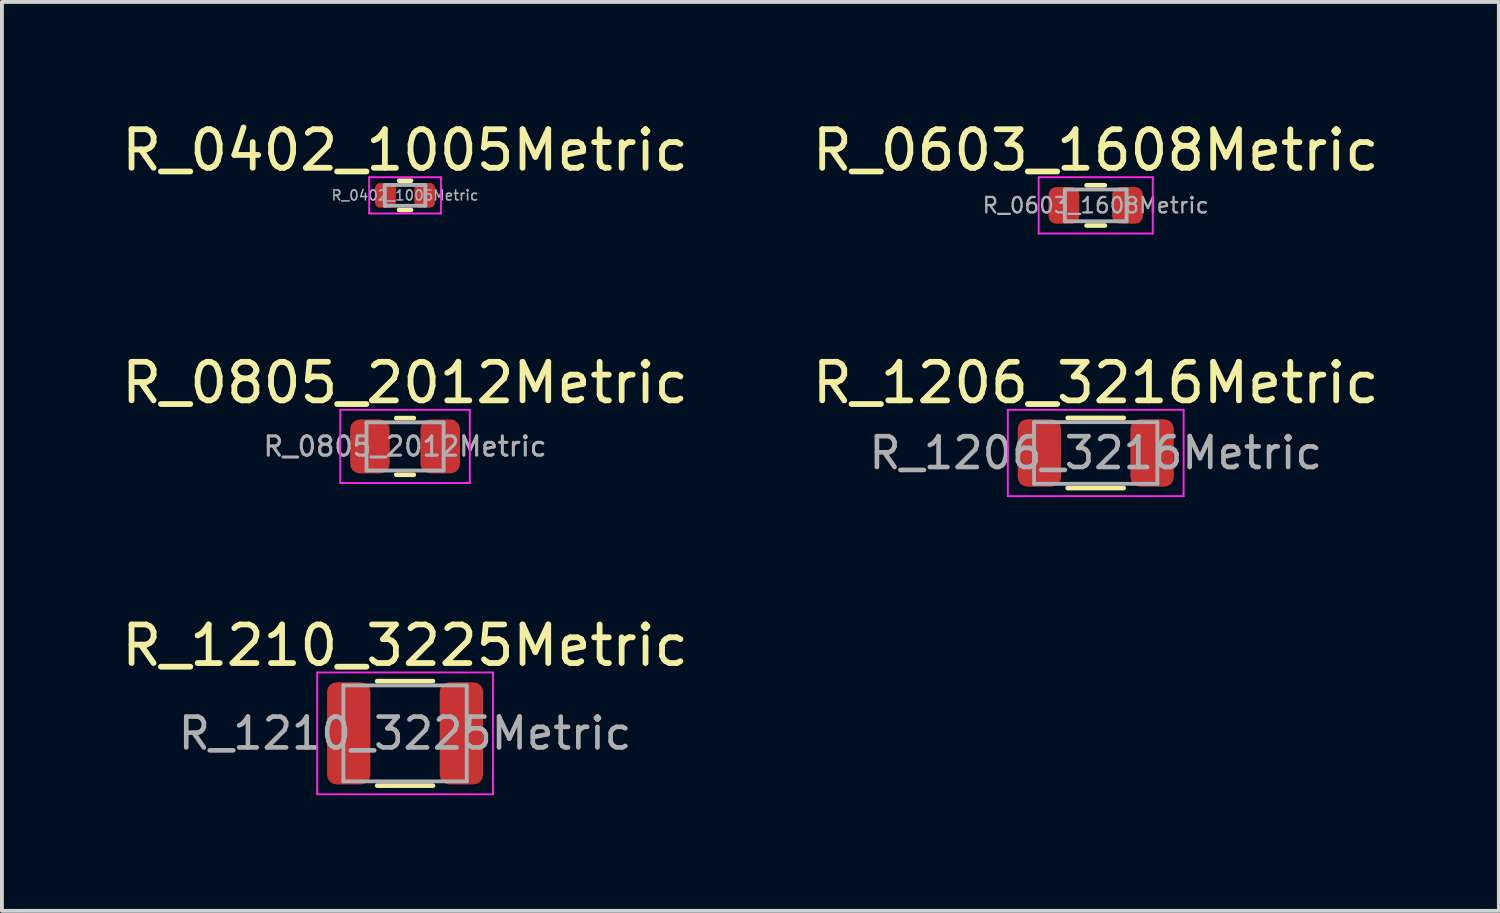
<source format=kicad_pcb>
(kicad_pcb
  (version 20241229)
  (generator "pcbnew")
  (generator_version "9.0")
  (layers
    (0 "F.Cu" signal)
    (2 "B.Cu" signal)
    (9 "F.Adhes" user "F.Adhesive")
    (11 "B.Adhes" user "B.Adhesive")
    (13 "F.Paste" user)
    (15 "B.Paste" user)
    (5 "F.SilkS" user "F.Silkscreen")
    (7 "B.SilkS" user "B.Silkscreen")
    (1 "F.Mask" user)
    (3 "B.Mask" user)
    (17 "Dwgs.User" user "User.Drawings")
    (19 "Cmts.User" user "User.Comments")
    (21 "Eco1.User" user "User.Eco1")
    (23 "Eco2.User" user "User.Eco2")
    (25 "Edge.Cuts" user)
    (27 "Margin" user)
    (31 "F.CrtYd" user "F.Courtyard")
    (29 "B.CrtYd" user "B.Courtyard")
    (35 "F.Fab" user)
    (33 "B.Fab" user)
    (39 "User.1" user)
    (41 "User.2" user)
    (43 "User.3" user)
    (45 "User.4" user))
  (footprint "R_0402_1005Metric"
    (layer "F.Cu")
    (at 7.458 2.018)
    (property "Reference" "R_0402_1005Metric" (at 0 -1.17 0) (layer "F.SilkS") (effects (font (size 1 1) (thickness 0.15))))
    (attr smd)
    (fp_line (start -0.154 -0.38) (end 0.154 -0.38) (stroke (width 0.12) (type solid)) (layer "F.SilkS"))
    (fp_line (start -0.154 0.38) (end 0.154 0.38) (stroke (width 0.12) (type solid)) (layer "F.SilkS"))
    (fp_line (start -0.93 -0.47) (end 0.93 -0.47) (stroke (width 0.05) (type solid)) (layer "F.CrtYd"))
    (fp_line (start -0.93 0.47) (end -0.93 -0.47) (stroke (width 0.05) (type solid)) (layer "F.CrtYd"))
    (fp_line (start 0.93 -0.47) (end 0.93 0.47) (stroke (width 0.05) (type solid)) (layer "F.CrtYd"))
    (fp_line (start 0.93 0.47) (end -0.93 0.47) (stroke (width 0.05) (type solid)) (layer "F.CrtYd"))
    (fp_line (start -0.525 -0.27) (end 0.525 -0.27) (stroke (width 0.1) (type solid)) (layer "F.Fab"))
    (fp_line (start -0.525 0.27) (end -0.525 -0.27) (stroke (width 0.1) (type solid)) (layer "F.Fab"))
    (fp_line (start 0.525 -0.27) (end 0.525 0.27) (stroke (width 0.1) (type solid)) (layer "F.Fab"))
    (fp_line (start 0.525 0.27) (end -0.525 0.27) (stroke (width 0.1) (type solid)) (layer "F.Fab"))
    (fp_text user "${REFERENCE}" (at 0 0 0) (layer "F.Fab") (effects (font (size 0.26 0.26) (thickness 0.04))))
    (pad "1" smd roundrect (at -0.51 0) (size 0.54 0.64) (layers "F.Cu" "F.Mask" "F.Paste") (roundrect_rratio 0.25))
    (pad "2" smd roundrect (at 0.51 0) (size 0.54 0.64) (layers "F.Cu" "F.Mask" "F.Paste") (roundrect_rratio 0.25)))
  (footprint "R_1206_3216Metric"
    (layer "F.Cu")
    (at 25.375 8.701)
    (property "Reference" "R_1206_3216Metric" (at 0 -1.82 0) (layer "F.SilkS") (effects (font (size 1 1) (thickness 0.15))))
    (attr smd)
    (fp_line (start -0.727 -0.91) (end 0.727 -0.91) (stroke (width 0.12) (type solid)) (layer "F.SilkS"))
    (fp_line (start -0.727 0.91) (end 0.727 0.91) (stroke (width 0.12) (type solid)) (layer "F.SilkS"))
    (fp_line (start -2.28 -1.12) (end 2.28 -1.12) (stroke (width 0.05) (type solid)) (layer "F.CrtYd"))
    (fp_line (start -2.28 1.12) (end -2.28 -1.12) (stroke (width 0.05) (type solid)) (layer "F.CrtYd"))
    (fp_line (start 2.28 -1.12) (end 2.28 1.12) (stroke (width 0.05) (type solid)) (layer "F.CrtYd"))
    (fp_line (start 2.28 1.12) (end -2.28 1.12) (stroke (width 0.05) (type solid)) (layer "F.CrtYd"))
    (fp_line (start -1.6 -0.8) (end 1.6 -0.8) (stroke (width 0.1) (type solid)) (layer "F.Fab"))
    (fp_line (start -1.6 0.8) (end -1.6 -0.8) (stroke (width 0.1) (type solid)) (layer "F.Fab"))
    (fp_line (start 1.6 -0.8) (end 1.6 0.8) (stroke (width 0.1) (type solid)) (layer "F.Fab"))
    (fp_line (start 1.6 0.8) (end -1.6 0.8) (stroke (width 0.1) (type solid)) (layer "F.Fab"))
    (fp_text user "${REFERENCE}" (at 0 0 0) (layer "F.Fab") (effects (font (size 0.8 0.8) (thickness 0.12))))
    (pad "1" smd roundrect (at -1.462 0) (size 1.125 1.75) (layers "F.Cu" "F.Mask" "F.Paste") (roundrect_rratio 0.222))
    (pad "2" smd roundrect (at 1.462 0) (size 1.125 1.75) (layers "F.Cu" "F.Mask" "F.Paste") (roundrect_rratio 0.222)))
  (footprint "R_0603_1608Metric"
    (layer "F.Cu")
    (at 25.375 2.278)
    (property "Reference" "R_0603_1608Metric" (at 0 -1.43 0) (layer "F.SilkS") (effects (font (size 1 1) (thickness 0.15))))
    (attr smd)
    (fp_line (start -0.237 -0.522) (end 0.237 -0.522) (stroke (width 0.12) (type solid)) (layer "F.SilkS"))
    (fp_line (start -0.237 0.522) (end 0.237 0.522) (stroke (width 0.12) (type solid)) (layer "F.SilkS"))
    (fp_line (start -1.48 -0.73) (end 1.48 -0.73) (stroke (width 0.05) (type solid)) (layer "F.CrtYd"))
    (fp_line (start -1.48 0.73) (end -1.48 -0.73) (stroke (width 0.05) (type solid)) (layer "F.CrtYd"))
    (fp_line (start 1.48 -0.73) (end 1.48 0.73) (stroke (width 0.05) (type solid)) (layer "F.CrtYd"))
    (fp_line (start 1.48 0.73) (end -1.48 0.73) (stroke (width 0.05) (type solid)) (layer "F.CrtYd"))
    (fp_line (start -0.8 -0.412) (end 0.8 -0.412) (stroke (width 0.1) (type solid)) (layer "F.Fab"))
    (fp_line (start -0.8 0.412) (end -0.8 -0.412) (stroke (width 0.1) (type solid)) (layer "F.Fab"))
    (fp_line (start 0.8 -0.412) (end 0.8 0.412) (stroke (width 0.1) (type solid)) (layer "F.Fab"))
    (fp_line (start 0.8 0.412) (end -0.8 0.412) (stroke (width 0.1) (type solid)) (layer "F.Fab"))
    (fp_text user "${REFERENCE}" (at 0 0 0) (layer "F.Fab") (effects (font (size 0.4 0.4) (thickness 0.06))))
    (pad "1" smd roundrect (at -0.825 0) (size 0.8 0.95) (layers "F.Cu" "F.Mask" "F.Paste") (roundrect_rratio 0.25))
    (pad "2" smd roundrect (at 0.825 0) (size 0.8 0.95) (layers "F.Cu" "F.Mask" "F.Paste") (roundrect_rratio 0.25)))
  (footprint "R_1210_3225Metric"
    (layer "F.Cu")
    (at 7.458 15.975)
    (property "Reference" "R_1210_3225Metric" (at 0 -2.28 0) (layer "F.SilkS") (effects (font (size 1 1) (thickness 0.15))))
    (attr smd)
    (fp_line (start -0.724 -1.355) (end 0.724 -1.355) (stroke (width 0.12) (type solid)) (layer "F.SilkS"))
    (fp_line (start -0.724 1.355) (end 0.724 1.355) (stroke (width 0.12) (type solid)) (layer "F.SilkS"))
    (fp_line (start -2.28 -1.58) (end 2.28 -1.58) (stroke (width 0.05) (type solid)) (layer "F.CrtYd"))
    (fp_line (start -2.28 1.58) (end -2.28 -1.58) (stroke (width 0.05) (type solid)) (layer "F.CrtYd"))
    (fp_line (start 2.28 -1.58) (end 2.28 1.58) (stroke (width 0.05) (type solid)) (layer "F.CrtYd"))
    (fp_line (start 2.28 1.58) (end -2.28 1.58) (stroke (width 0.05) (type solid)) (layer "F.CrtYd"))
    (fp_line (start -1.6 -1.245) (end 1.6 -1.245) (stroke (width 0.1) (type solid)) (layer "F.Fab"))
    (fp_line (start -1.6 1.245) (end -1.6 -1.245) (stroke (width 0.1) (type solid)) (layer "F.Fab"))
    (fp_line (start 1.6 -1.245) (end 1.6 1.245) (stroke (width 0.1) (type solid)) (layer "F.Fab"))
    (fp_line (start 1.6 1.245) (end -1.6 1.245) (stroke (width 0.1) (type solid)) (layer "F.Fab"))
    (fp_text user "${REFERENCE}" (at 0 0 0) (layer "F.Fab") (effects (font (size 0.8 0.8) (thickness 0.12))))
    (pad "1" smd roundrect (at -1.462 0) (size 1.125 2.65) (layers "F.Cu" "F.Mask" "F.Paste") (roundrect_rratio 0.222))
    (pad "2" smd roundrect (at 1.462 0) (size 1.125 2.65) (layers "F.Cu" "F.Mask" "F.Paste") (roundrect_rratio 0.222)))
  (footprint "R_0805_2012Metric"
    (layer "F.Cu")
    (at 7.458 8.531)
    (property "Reference" "R_0805_2012Metric" (at 0 -1.65 0) (layer "F.SilkS") (effects (font (size 1 1) (thickness 0.15))))
    (attr smd)
    (fp_line (start -0.227 -0.735) (end 0.227 -0.735) (stroke (width 0.12) (type solid)) (layer "F.SilkS"))
    (fp_line (start -0.227 0.735) (end 0.227 0.735) (stroke (width 0.12) (type solid)) (layer "F.SilkS"))
    (fp_line (start -1.68 -0.95) (end 1.68 -0.95) (stroke (width 0.05) (type solid)) (layer "F.CrtYd"))
    (fp_line (start -1.68 0.95) (end -1.68 -0.95) (stroke (width 0.05) (type solid)) (layer "F.CrtYd"))
    (fp_line (start 1.68 -0.95) (end 1.68 0.95) (stroke (width 0.05) (type solid)) (layer "F.CrtYd"))
    (fp_line (start 1.68 0.95) (end -1.68 0.95) (stroke (width 0.05) (type solid)) (layer "F.CrtYd"))
    (fp_line (start -1 -0.625) (end 1 -0.625) (stroke (width 0.1) (type solid)) (layer "F.Fab"))
    (fp_line (start -1 0.625) (end -1 -0.625) (stroke (width 0.1) (type solid)) (layer "F.Fab"))
    (fp_line (start 1 -0.625) (end 1 0.625) (stroke (width 0.1) (type solid)) (layer "F.Fab"))
    (fp_line (start 1 0.625) (end -1 0.625) (stroke (width 0.1) (type solid)) (layer "F.Fab"))
    (fp_text user "${REFERENCE}" (at 0 0 0) (layer "F.Fab") (effects (font (size 0.5 0.5) (thickness 0.08))))
    (pad "1" smd roundrect (at -0.912 0) (size 1.025 1.4) (layers "F.Cu" "F.Mask" "F.Paste") (roundrect_rratio 0.244))
    (pad "2" smd roundrect (at 0.912 0) (size 1.025 1.4) (layers "F.Cu" "F.Mask" "F.Paste") (roundrect_rratio 0.244)))
  (gr_rect
    (start -3 -3)
    (end 35.833 20.58)
    (stroke (width 0.1) (type default))
    (fill no)
    (layer "Edge.Cuts")))
</source>
